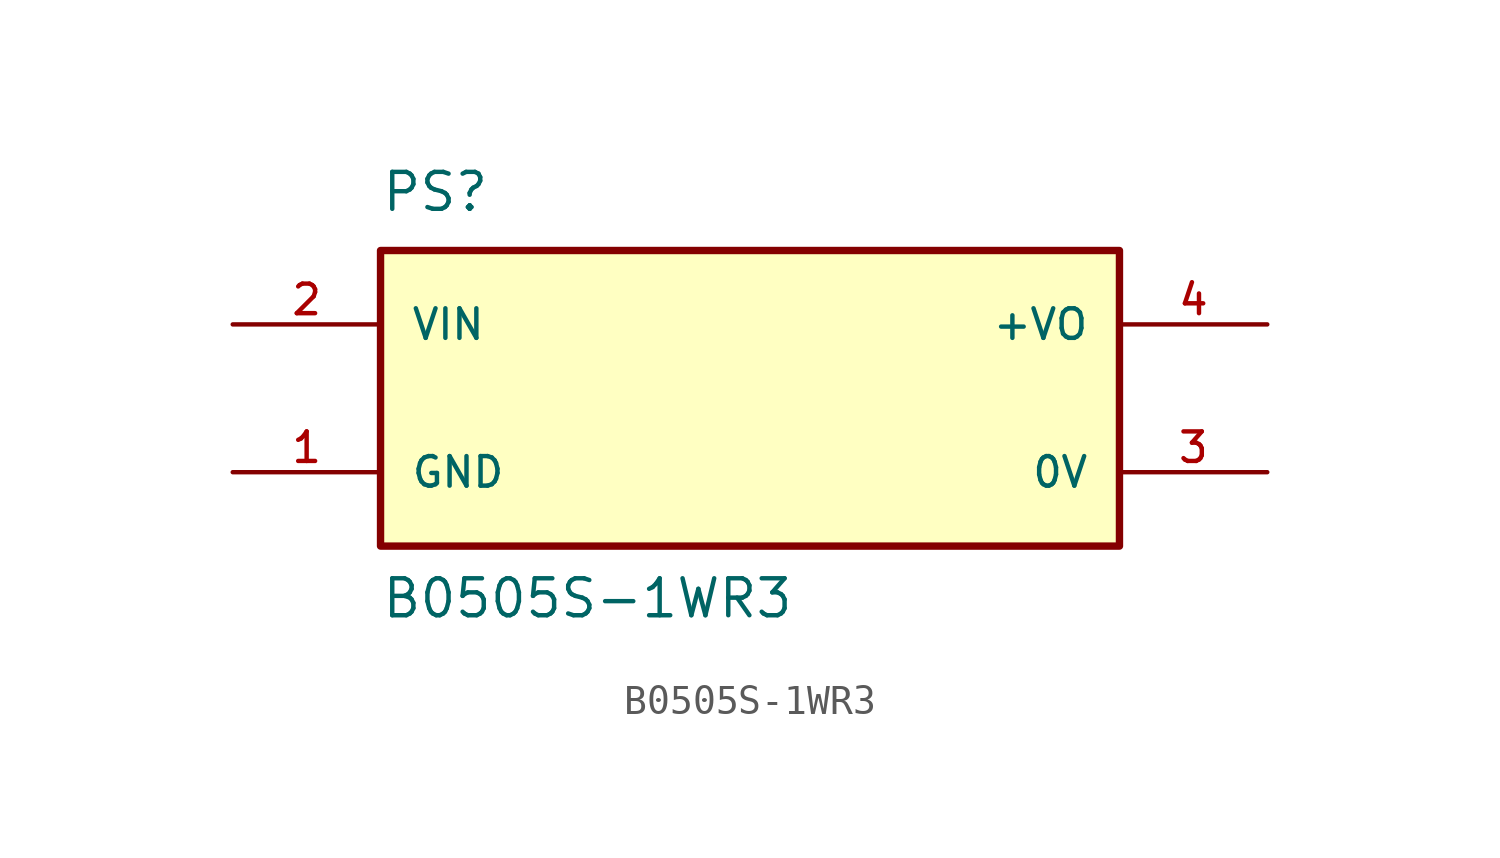
<source format=kicad_sym>
(kicad_symbol_lib
  (version 20211014)
  (generator kicad_symbol_editor)
  (symbol "B0505S-1WR3"
    (pin_names
      (offset 1.016))
    (property "Reference" "PS"
      (at -12.7 6.35 0)
      (effects (font (size 1.27 1.27)) (justify bottom left)))
    (property "Value" "B0505S-1WR3"
      (at -12.7 -7.62 0)
      (effects (font (size 1.27 1.27)) (justify bottom left)))
    (symbol "B0505S-1WR3_0_0"
      (rectangle (start -12.7 -5.08) (end 12.7 5.08) (stroke (width 0.254)) (fill (type background)))
      (pin input line (at -17.78 2.54 0) (length 5.08) (name "VIN" (effects (font (size 1.016 1.016)))) (number "2" (effects (font (size 1.016 1.016)))))
      (pin output line (at 17.78 2.54 180.0) (length 5.08) (name "+VO" (effects (font (size 1.016 1.016)))) (number "4" (effects (font (size 1.016 1.016)))))
      (pin power_in line (at -17.78 -2.54 0) (length 5.08) (name "GND" (effects (font (size 1.016 1.016)))) (number "1" (effects (font (size 1.016 1.016)))))
      (pin passive line (at 17.78 -2.54 180.0) (length 5.08) (name "0V" (effects (font (size 1.016 1.016)))) (number "3" (effects (font (size 1.016 1.016))))))))
</source>
